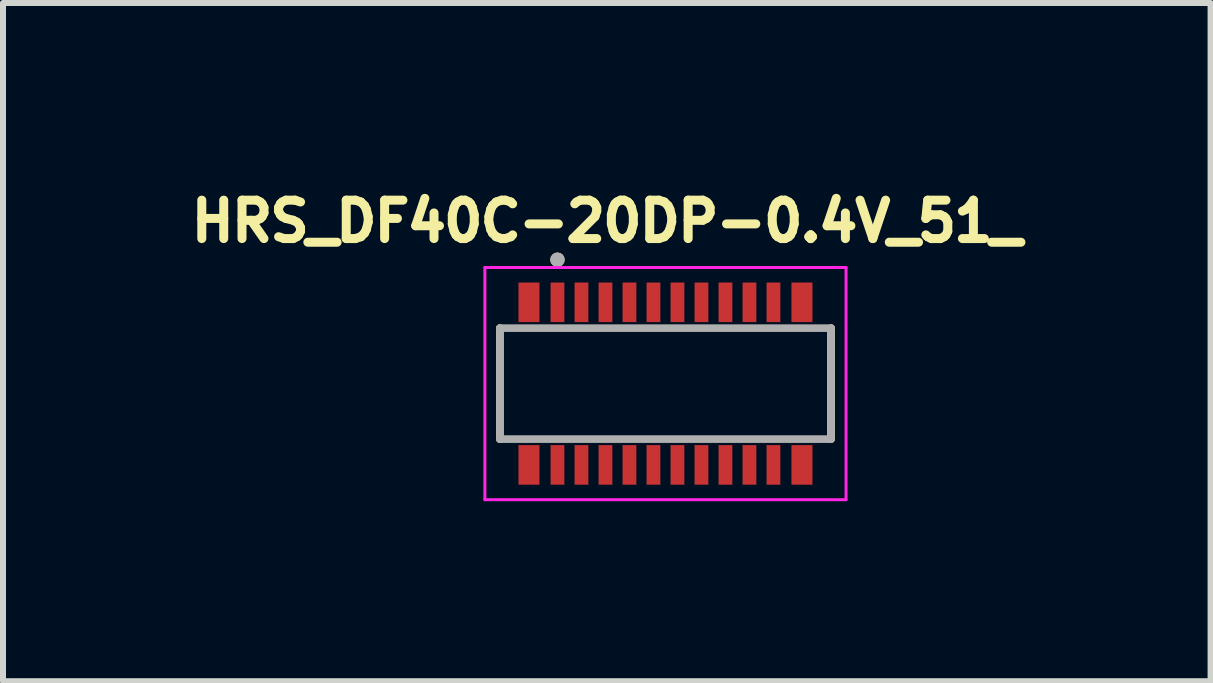
<source format=kicad_pcb>
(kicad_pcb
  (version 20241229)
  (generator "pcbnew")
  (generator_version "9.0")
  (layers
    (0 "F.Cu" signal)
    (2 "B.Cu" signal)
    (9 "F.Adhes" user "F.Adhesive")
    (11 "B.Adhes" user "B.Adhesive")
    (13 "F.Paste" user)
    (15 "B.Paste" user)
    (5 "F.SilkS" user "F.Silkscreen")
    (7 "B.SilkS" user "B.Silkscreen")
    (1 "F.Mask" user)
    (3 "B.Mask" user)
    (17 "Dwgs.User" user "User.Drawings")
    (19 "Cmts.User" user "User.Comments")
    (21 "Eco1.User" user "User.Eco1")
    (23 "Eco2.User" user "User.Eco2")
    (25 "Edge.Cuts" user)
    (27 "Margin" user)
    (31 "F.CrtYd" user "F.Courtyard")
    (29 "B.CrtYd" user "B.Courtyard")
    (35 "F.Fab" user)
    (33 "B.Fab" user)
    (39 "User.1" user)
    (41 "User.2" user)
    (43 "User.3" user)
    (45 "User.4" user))
  (footprint "HRS_DF40C-20DP-0.4V_51_"
    (layer "F.Cu")
    (at 8.042 3.344)
    (property "Reference" "HRS_DF40C-20DP-0.4V_51_" (at -0.978 -2.706 0) (layer "F.SilkS") (effects (font (size 0.64 0.64) (thickness 0.15))))
    (attr smd)
    (fp_line (start -2.76 0.925) (end -2.76 -0.925) (stroke (width 0.127) (type solid)) (layer "F.SilkS"))
    (fp_line (start 2.76 -0.925) (end 2.76 0.925) (stroke (width 0.127) (type solid)) (layer "F.SilkS"))
    (fp_circle (center -1.8 -2.065) (end -1.74 -2.065) (stroke (width 0.12) (type solid)) (fill no) (layer "F.SilkS"))
    (fp_line (start -3.01 -1.935) (end 3.01 -1.935) (stroke (width 0.05) (type solid)) (layer "F.CrtYd"))
    (fp_line (start -3.01 1.935) (end -3.01 -1.935) (stroke (width 0.05) (type solid)) (layer "F.CrtYd"))
    (fp_line (start 3.01 -1.935) (end 3.01 1.935) (stroke (width 0.05) (type solid)) (layer "F.CrtYd"))
    (fp_line (start 3.01 1.935) (end -3.01 1.935) (stroke (width 0.05) (type solid)) (layer "F.CrtYd"))
    (fp_line (start -2.76 -0.925) (end 2.76 -0.925) (stroke (width 0.127) (type solid)) (layer "F.Fab"))
    (fp_line (start -2.76 0.925) (end -2.76 -0.925) (stroke (width 0.127) (type solid)) (layer "F.Fab"))
    (fp_line (start 2.76 -0.925) (end 2.76 0.925) (stroke (width 0.127) (type solid)) (layer "F.Fab"))
    (fp_line (start 2.76 0.925) (end -2.76 0.925) (stroke (width 0.127) (type solid)) (layer "F.Fab"))
    (fp_circle (center -1.8 -2.065) (end -1.74 -2.065) (stroke (width 0.12) (type solid)) (fill no) (layer "F.Fab"))
    (pad "1" smd rect (at -1.8 -1.355) (size 0.23 0.66) (layers "F.Cu" "F.Mask" "F.Paste"))
    (pad "2" smd rect (at -1.8 1.355) (size 0.23 0.66) (layers "F.Cu" "F.Mask" "F.Paste"))
    (pad "3" smd rect (at -1.4 -1.355) (size 0.23 0.66) (layers "F.Cu" "F.Mask" "F.Paste"))
    (pad "4" smd rect (at -1.4 1.355) (size 0.23 0.66) (layers "F.Cu" "F.Mask" "F.Paste"))
    (pad "5" smd rect (at -1 -1.355) (size 0.23 0.66) (layers "F.Cu" "F.Mask" "F.Paste"))
    (pad "6" smd rect (at -1 1.355) (size 0.23 0.66) (layers "F.Cu" "F.Mask" "F.Paste"))
    (pad "7" smd rect (at -0.6 -1.355) (size 0.23 0.66) (layers "F.Cu" "F.Mask" "F.Paste"))
    (pad "8" smd rect (at -0.6 1.355) (size 0.23 0.66) (layers "F.Cu" "F.Mask" "F.Paste"))
    (pad "9" smd rect (at -0.2 -1.355) (size 0.23 0.66) (layers "F.Cu" "F.Mask" "F.Paste"))
    (pad "10" smd rect (at -0.2 1.355) (size 0.23 0.66) (layers "F.Cu" "F.Mask" "F.Paste"))
    (pad "11" smd rect (at 0.2 -1.355) (size 0.23 0.66) (layers "F.Cu" "F.Mask" "F.Paste"))
    (pad "12" smd rect (at 0.2 1.355) (size 0.23 0.66) (layers "F.Cu" "F.Mask" "F.Paste"))
    (pad "13" smd rect (at 0.6 -1.355) (size 0.23 0.66) (layers "F.Cu" "F.Mask" "F.Paste"))
    (pad "14" smd rect (at 0.6 1.355) (size 0.23 0.66) (layers "F.Cu" "F.Mask" "F.Paste"))
    (pad "15" smd rect (at 1 -1.355) (size 0.23 0.66) (layers "F.Cu" "F.Mask" "F.Paste"))
    (pad "16" smd rect (at 1 1.355) (size 0.23 0.66) (layers "F.Cu" "F.Mask" "F.Paste"))
    (pad "17" smd rect (at 1.4 -1.355) (size 0.23 0.66) (layers "F.Cu" "F.Mask" "F.Paste"))
    (pad "18" smd rect (at 1.4 1.355) (size 0.23 0.66) (layers "F.Cu" "F.Mask" "F.Paste"))
    (pad "19" smd rect (at 1.8 -1.355) (size 0.23 0.66) (layers "F.Cu" "F.Mask" "F.Paste"))
    (pad "20" smd rect (at 1.8 1.355) (size 0.23 0.66) (layers "F.Cu" "F.Mask" "F.Paste"))
    (pad "S1" smd rect (at -2.275 -1.355) (size 0.35 0.66) (layers "F.Cu" "F.Mask" "F.Paste"))
    (pad "S2" smd rect (at -2.275 1.355) (size 0.35 0.66) (layers "F.Cu" "F.Mask" "F.Paste"))
    (pad "S3" smd rect (at 2.275 -1.355) (size 0.35 0.66) (layers "F.Cu" "F.Mask" "F.Paste"))
    (pad "S4" smd rect (at 2.275 1.355) (size 0.35 0.66) (layers "F.Cu" "F.Mask" "F.Paste")))
  (gr_rect
    (start -3 -3)
    (end 17.128 8.304)
    (stroke (width 0.1) (type default))
    (fill no)
    (layer "Edge.Cuts")))
</source>
